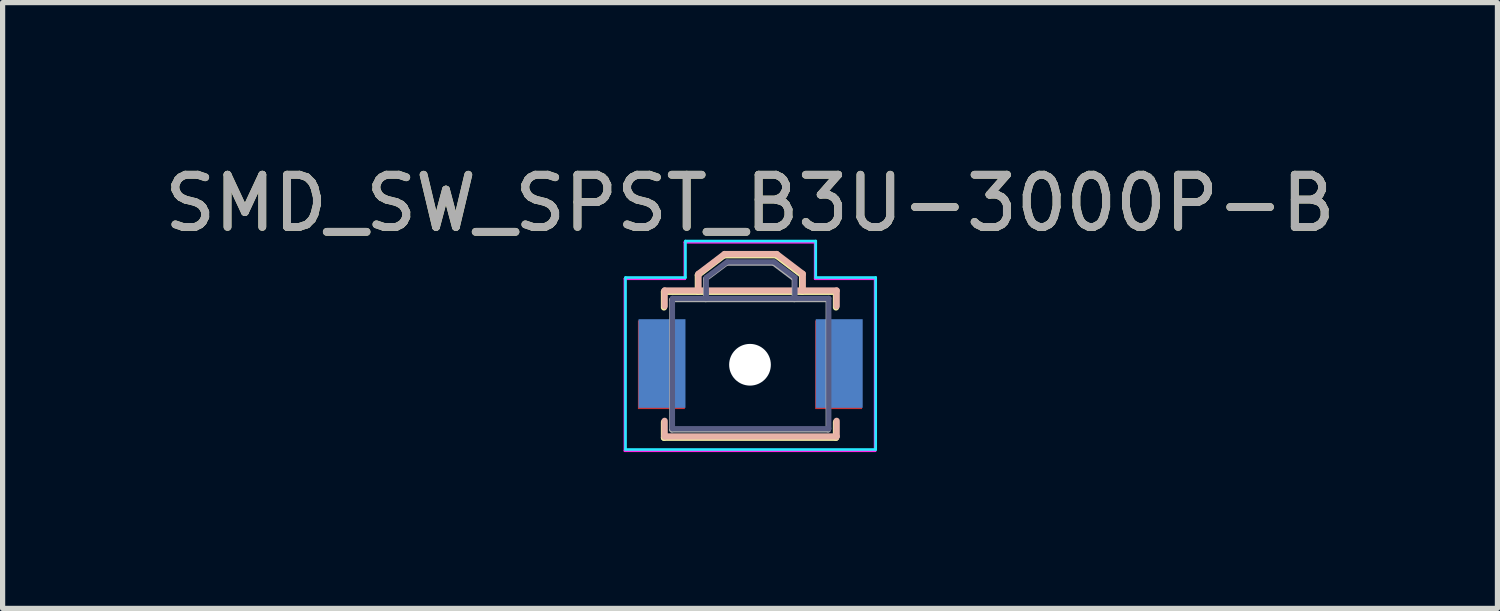
<source format=kicad_pcb>
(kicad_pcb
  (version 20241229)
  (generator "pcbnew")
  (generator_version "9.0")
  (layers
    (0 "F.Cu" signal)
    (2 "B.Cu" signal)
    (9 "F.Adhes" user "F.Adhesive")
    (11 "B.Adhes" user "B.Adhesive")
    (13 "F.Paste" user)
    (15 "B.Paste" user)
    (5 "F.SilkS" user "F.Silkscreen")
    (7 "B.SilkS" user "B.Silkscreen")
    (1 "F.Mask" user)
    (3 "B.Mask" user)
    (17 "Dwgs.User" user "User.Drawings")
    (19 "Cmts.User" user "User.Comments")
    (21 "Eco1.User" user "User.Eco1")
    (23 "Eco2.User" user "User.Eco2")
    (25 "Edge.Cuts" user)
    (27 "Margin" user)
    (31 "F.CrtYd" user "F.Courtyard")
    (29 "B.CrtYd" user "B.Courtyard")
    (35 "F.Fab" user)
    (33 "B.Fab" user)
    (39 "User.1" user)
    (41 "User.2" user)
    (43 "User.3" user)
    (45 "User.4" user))
  (footprint "SMD_SW_SPST_B3U-3000P-B"
    (layer "F.Cu")
    (at 11.339 3.948)
    (property "Reference" "SMD_SW_SPST_B3U-3000P-B" (at 0 -3.1 0) (layer "F.SilkS") (effects (font (size 1 1) (thickness 0.15))))
    (attr smd)
    (fp_line (start -1.65 -1.4) (end 1.65 -1.4) (stroke (width 0.12) (type solid)) (layer "F.SilkS"))
    (fp_line (start -1.65 -1.1) (end -1.65 -1.4) (stroke (width 0.12) (type solid)) (layer "F.SilkS"))
    (fp_line (start -1.65 1.1) (end -1.65 1.4) (stroke (width 0.12) (type solid)) (layer "F.SilkS"))
    (fp_line (start -1.65 1.4) (end 1.65 1.4) (stroke (width 0.12) (type solid)) (layer "F.SilkS"))
    (fp_line (start -1 -1.72) (end -1 -1.4) (stroke (width 0.12) (type solid)) (layer "F.SilkS"))
    (fp_line (start -0.5 -2.1) (end -1 -1.72) (stroke (width 0.12) (type solid)) (layer "F.SilkS"))
    (fp_line (start -0.5 -2.1) (end 0.5 -2.1) (stroke (width 0.12) (type solid)) (layer "F.SilkS"))
    (fp_line (start 0.5 -2.1) (end 1 -1.72) (stroke (width 0.12) (type solid)) (layer "F.SilkS"))
    (fp_line (start 1 -1.72) (end 1 -1.4) (stroke (width 0.12) (type solid)) (layer "F.SilkS"))
    (fp_line (start 1.65 -1.4) (end 1.65 -1.1) (stroke (width 0.12) (type solid)) (layer "F.SilkS"))
    (fp_line (start 1.65 1.4) (end 1.65 1.1) (stroke (width 0.12) (type solid)) (layer "F.SilkS"))
    (fp_line (start -1.638 -1.424) (end -1.638 -1.124) (stroke (width 0.12) (type solid)) (layer "B.SilkS"))
    (fp_line (start -1.638 1.376) (end -1.638 1.076) (stroke (width 0.12) (type solid)) (layer "B.SilkS"))
    (fp_line (start -0.988 -1.744) (end -0.988 -1.424) (stroke (width 0.12) (type solid)) (layer "B.SilkS"))
    (fp_line (start -0.488 -2.124) (end -0.988 -1.744) (stroke (width 0.12) (type solid)) (layer "B.SilkS"))
    (fp_line (start 0.512 -2.124) (end -0.488 -2.124) (stroke (width 0.12) (type solid)) (layer "B.SilkS"))
    (fp_line (start 0.512 -2.124) (end 1.012 -1.744) (stroke (width 0.12) (type solid)) (layer "B.SilkS"))
    (fp_line (start 1.012 -1.744) (end 1.012 -1.424) (stroke (width 0.12) (type solid)) (layer "B.SilkS"))
    (fp_line (start 1.662 -1.424) (end -1.638 -1.424) (stroke (width 0.12) (type solid)) (layer "B.SilkS"))
    (fp_line (start 1.662 -1.124) (end 1.662 -1.424) (stroke (width 0.12) (type solid)) (layer "B.SilkS"))
    (fp_line (start 1.662 1.076) (end 1.662 1.376) (stroke (width 0.12) (type solid)) (layer "B.SilkS"))
    (fp_line (start 1.662 1.376) (end -1.638 1.376) (stroke (width 0.12) (type solid)) (layer "B.SilkS"))
    (fp_line (start -2.388 1.626) (end -2.388 -1.674) (stroke (width 0.05) (type solid)) (layer "B.CrtYd"))
    (fp_line (start -1.238 -2.374) (end -1.238 -1.674) (stroke (width 0.05) (type solid)) (layer "B.CrtYd"))
    (fp_line (start -1.238 -1.674) (end -2.388 -1.674) (stroke (width 0.05) (type solid)) (layer "B.CrtYd"))
    (fp_line (start 1.262 -2.374) (end -1.238 -2.374) (stroke (width 0.05) (type solid)) (layer "B.CrtYd"))
    (fp_line (start 1.262 -1.674) (end 1.262 -2.374) (stroke (width 0.05) (type solid)) (layer "B.CrtYd"))
    (fp_line (start 1.262 -1.674) (end 2.412 -1.674) (stroke (width 0.05) (type solid)) (layer "B.CrtYd"))
    (fp_line (start 2.412 -1.674) (end 2.412 1.626) (stroke (width 0.05) (type solid)) (layer "B.CrtYd"))
    (fp_line (start 2.412 1.626) (end -2.388 1.626) (stroke (width 0.05) (type solid)) (layer "B.CrtYd"))
    (fp_line (start -2.4 -1.65) (end -2.4 1.65) (stroke (width 0.05) (type solid)) (layer "F.CrtYd"))
    (fp_line (start -2.4 1.65) (end 2.4 1.65) (stroke (width 0.05) (type solid)) (layer "F.CrtYd"))
    (fp_line (start -1.25 -2.35) (end 1.25 -2.35) (stroke (width 0.05) (type solid)) (layer "F.CrtYd"))
    (fp_line (start -1.25 -1.65) (end -2.4 -1.65) (stroke (width 0.05) (type solid)) (layer "F.CrtYd"))
    (fp_line (start -1.25 -1.65) (end -1.25 -2.35) (stroke (width 0.05) (type solid)) (layer "F.CrtYd"))
    (fp_line (start 1.25 -2.35) (end 1.25 -1.65) (stroke (width 0.05) (type solid)) (layer "F.CrtYd"))
    (fp_line (start 1.25 -1.65) (end 2.4 -1.65) (stroke (width 0.05) (type solid)) (layer "F.CrtYd"))
    (fp_line (start 2.4 1.65) (end 2.4 -1.65) (stroke (width 0.05) (type solid)) (layer "F.CrtYd"))
    (fp_line (start -1.488 -1.274) (end -1.488 1.226) (stroke (width 0.1) (type solid)) (layer "B.Fab"))
    (fp_line (start -1.488 1.226) (end 1.512 1.226) (stroke (width 0.1) (type solid)) (layer "B.Fab"))
    (fp_line (start -0.838 -1.674) (end -0.838 -1.274) (stroke (width 0.1) (type solid)) (layer "B.Fab"))
    (fp_line (start -0.438 -1.974) (end -0.838 -1.674) (stroke (width 0.1) (type solid)) (layer "B.Fab"))
    (fp_line (start 0.462 -1.974) (end -0.438 -1.974) (stroke (width 0.1) (type solid)) (layer "B.Fab"))
    (fp_line (start 0.862 -1.674) (end 0.462 -1.974) (stroke (width 0.1) (type solid)) (layer "B.Fab"))
    (fp_line (start 0.862 -1.274) (end 0.862 -1.674) (stroke (width 0.1) (type solid)) (layer "B.Fab"))
    (fp_line (start 1.512 -1.274) (end -1.488 -1.274) (stroke (width 0.1) (type solid)) (layer "B.Fab"))
    (fp_line (start 1.512 1.226) (end 1.512 -1.274) (stroke (width 0.1) (type solid)) (layer "B.Fab"))
    (fp_line (start -1.5 -1.25) (end 1.5 -1.25) (stroke (width 0.1) (type solid)) (layer "F.Fab"))
    (fp_line (start -1.5 1.25) (end -1.5 -1.25) (stroke (width 0.1) (type solid)) (layer "F.Fab"))
    (fp_line (start -0.85 -1.65) (end -0.45 -1.95) (stroke (width 0.1) (type solid)) (layer "F.Fab"))
    (fp_line (start -0.85 -1.25) (end -0.85 -1.65) (stroke (width 0.1) (type solid)) (layer "F.Fab"))
    (fp_line (start -0.45 -1.95) (end 0.45 -1.95) (stroke (width 0.1) (type solid)) (layer "F.Fab"))
    (fp_line (start 0.45 -1.95) (end 0.85 -1.65) (stroke (width 0.1) (type solid)) (layer "F.Fab"))
    (fp_line (start 0.85 -1.65) (end 0.85 -1.25) (stroke (width 0.1) (type solid)) (layer "F.Fab"))
    (fp_line (start 1.5 -1.25) (end 1.5 1.25) (stroke (width 0.1) (type solid)) (layer "F.Fab"))
    (fp_line (start 1.5 1.25) (end -1.5 1.25) (stroke (width 0.1) (type solid)) (layer "F.Fab"))
    (fp_text user "${REFERENCE}" (at 0 -3.1 0) (layer "F.Fab") (effects (font (size 1 1) (thickness 0.15))))
    (pad "" np_thru_hole circle (at 0 0) (size 0.8 0.8) (drill 0.8) (layers "*.Cu" "*.Mask"))
    (pad "1" smd rect (at -1.7 0) (size 0.9 1.7) (layers "F.Cu" "F.Mask" "F.Paste"))
    (pad "1" smd rect (at 1.712 -0.024) (size 0.9 1.7) (layers "B.Cu" "B.Mask" "B.Paste"))
    (pad "2" smd rect (at -1.688 -0.024) (size 0.9 1.7) (layers "B.Cu" "B.Mask" "B.Paste"))
    (pad "2" smd rect (at 1.7 0) (size 0.9 1.7) (layers "F.Cu" "F.Mask" "F.Paste")))
  (gr_rect
    (start -3 -3)
    (end 25.679 8.623)
    (stroke (width 0.1) (type default))
    (fill no)
    (layer "Edge.Cuts")))
</source>
